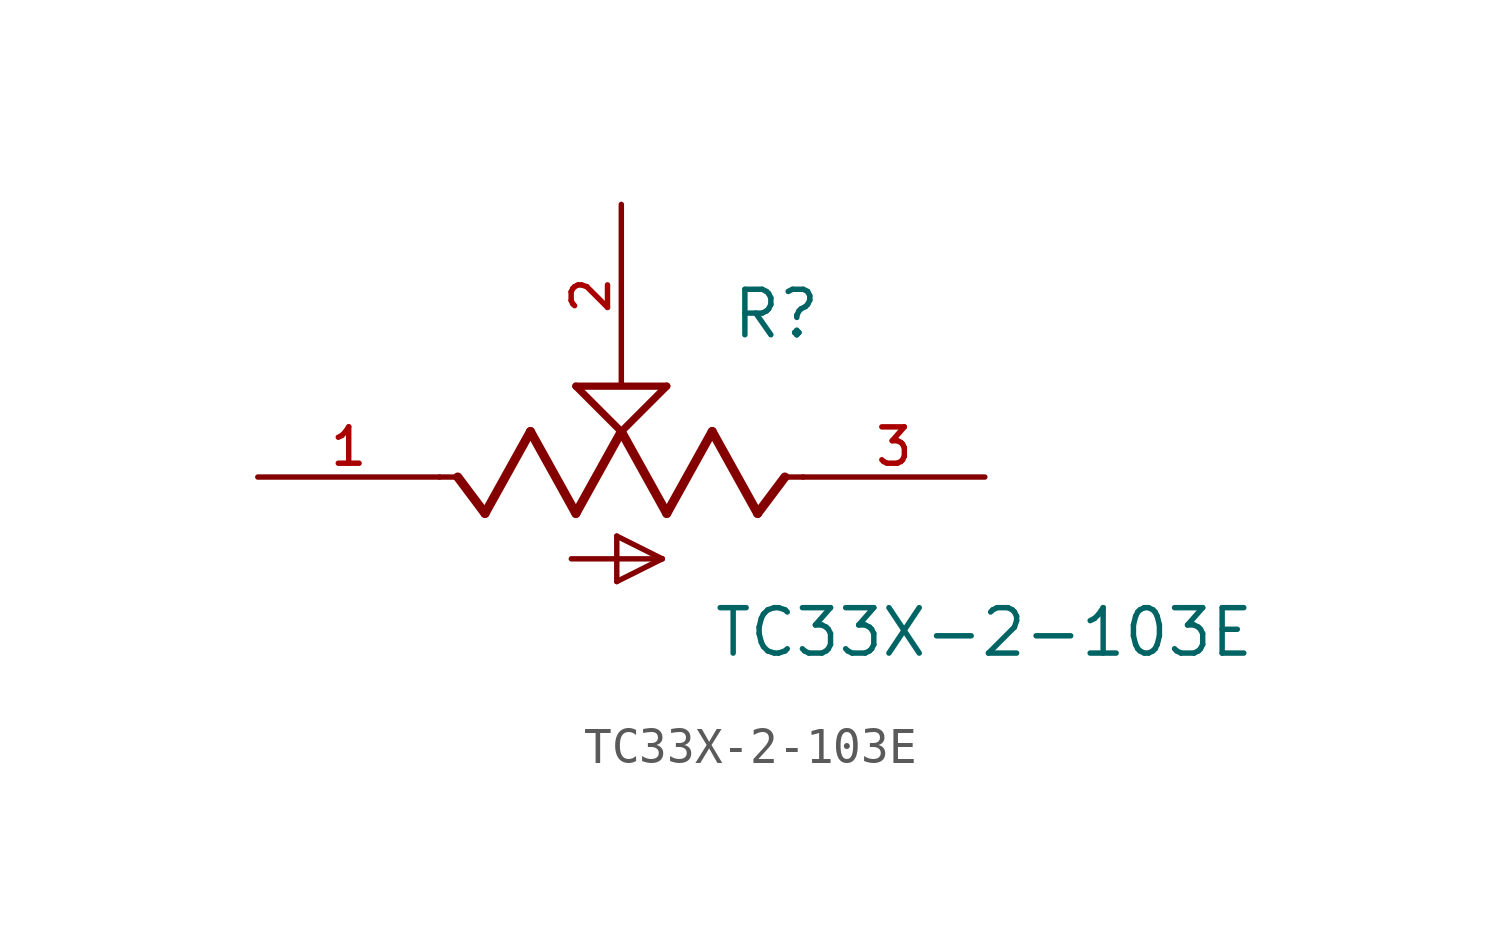
<source format=kicad_sym>
(kicad_symbol_lib
  (version 20211014)
  (generator kicad_symbol_editor)
  (symbol "TC33X-2-103E"
    (pin_names
      (offset 1.016))
    (property "Reference" "R"
      (at 3.051 3.814 0)
      (effects (font (size 1.27 1.27)) (justify bottom left)))
    (property "Value" "TC33X-2-103E"
      (at 2.542 -5.084 0)
      (effects (font (size 1.27 1.27)) (justify bottom left)))
    (symbol "TC33X-2-103E_0_0"
      (polyline (pts (xy 5.08 0.0) (xy 4.572 0.0)) (stroke (width 0.152)))
      (polyline (pts (xy 4.572 0.0) (xy 3.81 -1.016)) (stroke (width 0.254)))
      (polyline (pts (xy 3.81 -1.016) (xy 2.54 1.27)) (stroke (width 0.254)))
      (polyline (pts (xy 2.54 1.27) (xy 1.27 -1.016)) (stroke (width 0.254)))
      (polyline (pts (xy 1.27 -1.016) (xy 0.0 1.27)) (stroke (width 0.254)))
      (polyline (pts (xy 0.0 1.27) (xy -1.27 -1.016)) (stroke (width 0.254)))
      (polyline (pts (xy -1.27 -1.016) (xy -2.54 1.27)) (stroke (width 0.254)))
      (polyline (pts (xy -2.54 1.27) (xy -3.81 -1.016)) (stroke (width 0.254)))
      (polyline (pts (xy -3.81 -1.016) (xy -4.572 0.0)) (stroke (width 0.254)))
      (polyline (pts (xy -4.572 0.0) (xy -5.08 0.0)) (stroke (width 0.152)))
      (polyline (pts (xy 0.0 1.27) (xy -1.27 2.54)) (stroke (width 0.203)))
      (polyline (pts (xy 1.27 2.54) (xy 0.0 1.27)) (stroke (width 0.203)))
      (polyline (pts (xy -1.27 2.54) (xy 1.27 2.54)) (stroke (width 0.203)))
      (polyline (pts (xy -1.397 -2.286) (xy 1.143 -2.286)) (stroke (width 0.152)))
      (polyline (pts (xy 1.143 -2.286) (xy -0.127 -2.921)) (stroke (width 0.152)))
      (polyline (pts (xy -0.127 -2.921) (xy -0.127 -1.651)) (stroke (width 0.152)))
      (polyline (pts (xy -0.127 -1.651) (xy 1.143 -2.286)) (stroke (width 0.152)))
      (pin passive line (at 10.16 0.0 180.0) (length 5.08) (name "~" (effects (font (size 1.016 1.016)))) (number "3" (effects (font (size 1.016 1.016)))))
      (pin passive line (at 0.0 7.62 270.0) (length 5.08) (name "~" (effects (font (size 1.016 1.016)))) (number "2" (effects (font (size 1.016 1.016)))))
      (pin passive line (at -10.16 0.0 0) (length 5.08) (name "~" (effects (font (size 1.016 1.016)))) (number "1" (effects (font (size 1.016 1.016))))))))
</source>
